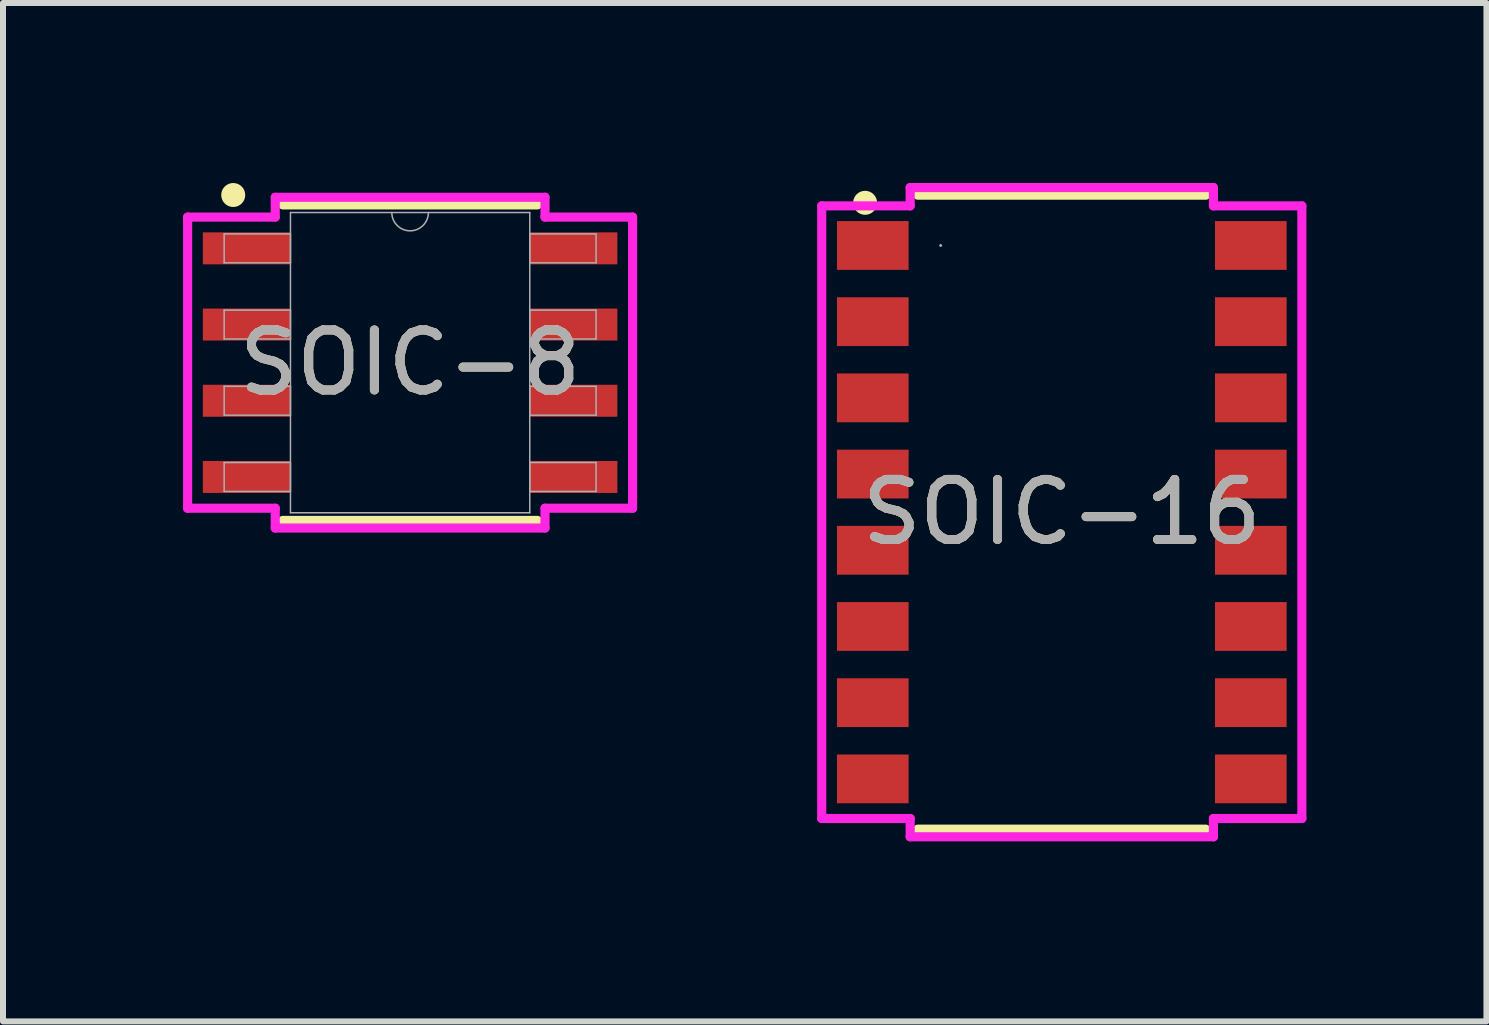
<source format=kicad_pcb>
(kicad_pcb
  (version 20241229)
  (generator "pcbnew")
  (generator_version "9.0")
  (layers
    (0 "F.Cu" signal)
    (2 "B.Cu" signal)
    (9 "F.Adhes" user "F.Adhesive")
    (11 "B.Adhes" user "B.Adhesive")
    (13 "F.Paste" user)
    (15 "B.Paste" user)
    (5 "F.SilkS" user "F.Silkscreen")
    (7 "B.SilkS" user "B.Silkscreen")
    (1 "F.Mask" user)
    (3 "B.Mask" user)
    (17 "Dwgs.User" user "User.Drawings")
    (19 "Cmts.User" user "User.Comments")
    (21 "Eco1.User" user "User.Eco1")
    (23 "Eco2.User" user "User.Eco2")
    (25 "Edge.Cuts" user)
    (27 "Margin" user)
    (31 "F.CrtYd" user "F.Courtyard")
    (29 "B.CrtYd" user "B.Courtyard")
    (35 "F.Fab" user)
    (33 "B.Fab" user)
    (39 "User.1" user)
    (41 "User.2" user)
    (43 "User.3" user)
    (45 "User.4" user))
  (footprint "SOIC-16"
    (layer "F.Cu")
    (at 14.646 5.486)
    (property "Reference" "SOIC-16" (at 0 0 0) (unlocked yes) (layer "F.SilkS") (effects (font (size 1 1) (thickness 0.15))))
    (attr smd)
    (fp_line (start -2.4 5.283) (end 2.4 5.283) (stroke (width 0.152) (type solid)) (layer "F.SilkS"))
    (fp_line (start 2.4 -5.283) (end -2.4 -5.283) (stroke (width 0.152) (type solid)) (layer "F.SilkS"))
    (fp_circle (center -3.278 -5.156) (end -3.178 -5.156) (stroke (width 0.2) (type solid)) (fill no) (layer "F.SilkS"))
    (fp_line (start -4.001 -5.105) (end -2.527 -5.105) (stroke (width 0.152) (type solid)) (layer "F.CrtYd"))
    (fp_line (start -4.001 5.105) (end -4.001 -5.105) (stroke (width 0.152) (type solid)) (layer "F.CrtYd"))
    (fp_line (start -4.001 5.105) (end -2.527 5.105) (stroke (width 0.152) (type solid)) (layer "F.CrtYd"))
    (fp_line (start -2.527 -5.41) (end 2.527 -5.41) (stroke (width 0.152) (type solid)) (layer "F.CrtYd"))
    (fp_line (start -2.527 -5.105) (end -2.527 -5.41) (stroke (width 0.152) (type solid)) (layer "F.CrtYd"))
    (fp_line (start -2.527 5.41) (end -2.527 5.105) (stroke (width 0.152) (type solid)) (layer "F.CrtYd"))
    (fp_line (start 2.527 -5.41) (end 2.527 -5.105) (stroke (width 0.152) (type solid)) (layer "F.CrtYd"))
    (fp_line (start 2.527 5.105) (end 2.527 5.41) (stroke (width 0.152) (type solid)) (layer "F.CrtYd"))
    (fp_line (start 2.527 5.41) (end -2.527 5.41) (stroke (width 0.152) (type solid)) (layer "F.CrtYd"))
    (fp_line (start 4.001 -5.105) (end 2.527 -5.105) (stroke (width 0.152) (type solid)) (layer "F.CrtYd"))
    (fp_line (start 4.001 -5.105) (end 4.001 5.105) (stroke (width 0.152) (type solid)) (layer "F.CrtYd"))
    (fp_line (start 4.001 5.105) (end 2.527 5.105) (stroke (width 0.152) (type solid)) (layer "F.CrtYd"))
    (fp_circle (center -2.019 -4.445) (end -2.019 -4.445) (stroke (width 0.025) (type solid)) (fill no) (layer "F.Fab"))
    (fp_text user "${REFERENCE}" (at 0 0 0) (unlocked yes) (layer "F.Fab") (effects (font (size 1 1) (thickness 0.15))))
    (pad "1" smd rect (at -3.15 -4.445) (size 1.194 0.813) (layers "F.Cu" "F.Mask" "F.Paste"))
    (pad "2" smd rect (at -3.15 -3.175) (size 1.194 0.813) (layers "F.Cu" "F.Mask" "F.Paste"))
    (pad "3" smd rect (at -3.15 -1.905) (size 1.194 0.813) (layers "F.Cu" "F.Mask" "F.Paste"))
    (pad "4" smd rect (at -3.15 -0.635) (size 1.194 0.813) (layers "F.Cu" "F.Mask" "F.Paste"))
    (pad "5" smd rect (at -3.15 0.635) (size 1.194 0.813) (layers "F.Cu" "F.Mask" "F.Paste"))
    (pad "6" smd rect (at -3.15 1.905) (size 1.194 0.813) (layers "F.Cu" "F.Mask" "F.Paste"))
    (pad "7" smd rect (at -3.15 3.175) (size 1.194 0.813) (layers "F.Cu" "F.Mask" "F.Paste"))
    (pad "8" smd rect (at -3.15 4.445) (size 1.194 0.813) (layers "F.Cu" "F.Mask" "F.Paste"))
    (pad "9" smd rect (at 3.15 4.445) (size 1.194 0.813) (layers "F.Cu" "F.Mask" "F.Paste"))
    (pad "10" smd rect (at 3.15 3.175) (size 1.194 0.813) (layers "F.Cu" "F.Mask" "F.Paste"))
    (pad "11" smd rect (at 3.15 1.905) (size 1.194 0.813) (layers "F.Cu" "F.Mask" "F.Paste"))
    (pad "12" smd rect (at 3.15 0.635) (size 1.194 0.813) (layers "F.Cu" "F.Mask" "F.Paste"))
    (pad "13" smd rect (at 3.15 -0.635) (size 1.194 0.813) (layers "F.Cu" "F.Mask" "F.Paste"))
    (pad "14" smd rect (at 3.15 -1.905) (size 1.194 0.813) (layers "F.Cu" "F.Mask" "F.Paste"))
    (pad "15" smd rect (at 3.15 -3.175) (size 1.194 0.813) (layers "F.Cu" "F.Mask" "F.Paste"))
    (pad "16" smd rect (at 3.15 -4.445) (size 1.194 0.813) (layers "F.Cu" "F.Mask" "F.Paste")))
  (footprint "SOIC-8"
    (layer "F.Cu")
    (at 3.785 2.994)
    (property "Reference" "SOIC-8" (at 0 0 0) (unlocked yes) (layer "F.SilkS") (effects (font (size 1 1) (thickness 0.15))))
    (attr smd)
    (fp_line (start -2.121 2.629) (end 2.121 2.629) (stroke (width 0.152) (type solid)) (layer "F.SilkS"))
    (fp_line (start 2.121 -2.629) (end -2.121 -2.629) (stroke (width 0.152) (type solid)) (layer "F.SilkS"))
    (fp_circle (center -2.948 -2.794) (end -2.848 -2.794) (stroke (width 0.2) (type solid)) (fill no) (layer "F.SilkS"))
    (fp_line (start -3.708 -2.426) (end -2.248 -2.426) (stroke (width 0.152) (type solid)) (layer "F.CrtYd"))
    (fp_line (start -3.708 2.426) (end -3.708 -2.426) (stroke (width 0.152) (type solid)) (layer "F.CrtYd"))
    (fp_line (start -3.708 2.426) (end -2.248 2.426) (stroke (width 0.152) (type solid)) (layer "F.CrtYd"))
    (fp_line (start -2.248 -2.756) (end 2.248 -2.756) (stroke (width 0.152) (type solid)) (layer "F.CrtYd"))
    (fp_line (start -2.248 -2.426) (end -2.248 -2.756) (stroke (width 0.152) (type solid)) (layer "F.CrtYd"))
    (fp_line (start -2.248 2.756) (end -2.248 2.426) (stroke (width 0.152) (type solid)) (layer "F.CrtYd"))
    (fp_line (start 2.248 -2.756) (end 2.248 -2.426) (stroke (width 0.152) (type solid)) (layer "F.CrtYd"))
    (fp_line (start 2.248 2.426) (end 2.248 2.756) (stroke (width 0.152) (type solid)) (layer "F.CrtYd"))
    (fp_line (start 2.248 2.756) (end -2.248 2.756) (stroke (width 0.152) (type solid)) (layer "F.CrtYd"))
    (fp_line (start 3.708 -2.426) (end 2.248 -2.426) (stroke (width 0.152) (type solid)) (layer "F.CrtYd"))
    (fp_line (start 3.708 -2.426) (end 3.708 2.426) (stroke (width 0.152) (type solid)) (layer "F.CrtYd"))
    (fp_line (start 3.708 2.426) (end 2.248 2.426) (stroke (width 0.152) (type solid)) (layer "F.CrtYd"))
    (fp_line (start -3.099 -2.146) (end -3.099 -1.664) (stroke (width 0.025) (type solid)) (layer "F.Fab"))
    (fp_line (start -3.099 -1.664) (end -1.994 -1.664) (stroke (width 0.025) (type solid)) (layer "F.Fab"))
    (fp_line (start -3.099 -0.876) (end -3.099 -0.394) (stroke (width 0.025) (type solid)) (layer "F.Fab"))
    (fp_line (start -3.099 -0.394) (end -1.994 -0.394) (stroke (width 0.025) (type solid)) (layer "F.Fab"))
    (fp_line (start -3.099 0.394) (end -3.099 0.876) (stroke (width 0.025) (type solid)) (layer "F.Fab"))
    (fp_line (start -3.099 0.876) (end -1.994 0.876) (stroke (width 0.025) (type solid)) (layer "F.Fab"))
    (fp_line (start -3.099 1.664) (end -3.099 2.146) (stroke (width 0.025) (type solid)) (layer "F.Fab"))
    (fp_line (start -3.099 2.146) (end -1.994 2.146) (stroke (width 0.025) (type solid)) (layer "F.Fab"))
    (fp_line (start -1.994 -2.502) (end -1.994 2.502) (stroke (width 0.025) (type solid)) (layer "F.Fab"))
    (fp_line (start -1.994 -2.146) (end -3.099 -2.146) (stroke (width 0.025) (type solid)) (layer "F.Fab"))
    (fp_line (start -1.994 -1.664) (end -1.994 -2.146) (stroke (width 0.025) (type solid)) (layer "F.Fab"))
    (fp_line (start -1.994 -0.876) (end -3.099 -0.876) (stroke (width 0.025) (type solid)) (layer "F.Fab"))
    (fp_line (start -1.994 -0.394) (end -1.994 -0.876) (stroke (width 0.025) (type solid)) (layer "F.Fab"))
    (fp_line (start -1.994 0.394) (end -3.099 0.394) (stroke (width 0.025) (type solid)) (layer "F.Fab"))
    (fp_line (start -1.994 0.876) (end -1.994 0.394) (stroke (width 0.025) (type solid)) (layer "F.Fab"))
    (fp_line (start -1.994 1.664) (end -3.099 1.664) (stroke (width 0.025) (type solid)) (layer "F.Fab"))
    (fp_line (start -1.994 2.146) (end -1.994 1.664) (stroke (width 0.025) (type solid)) (layer "F.Fab"))
    (fp_line (start -1.994 2.502) (end 1.994 2.502) (stroke (width 0.025) (type solid)) (layer "F.Fab"))
    (fp_line (start 1.994 -2.502) (end -1.994 -2.502) (stroke (width 0.025) (type solid)) (layer "F.Fab"))
    (fp_line (start 1.994 -2.146) (end 1.994 -1.664) (stroke (width 0.025) (type solid)) (layer "F.Fab"))
    (fp_line (start 1.994 -1.664) (end 3.099 -1.664) (stroke (width 0.025) (type solid)) (layer "F.Fab"))
    (fp_line (start 1.994 -0.876) (end 1.994 -0.394) (stroke (width 0.025) (type solid)) (layer "F.Fab"))
    (fp_line (start 1.994 -0.394) (end 3.099 -0.394) (stroke (width 0.025) (type solid)) (layer "F.Fab"))
    (fp_line (start 1.994 0.394) (end 1.994 0.876) (stroke (width 0.025) (type solid)) (layer "F.Fab"))
    (fp_line (start 1.994 0.876) (end 3.099 0.876) (stroke (width 0.025) (type solid)) (layer "F.Fab"))
    (fp_line (start 1.994 1.664) (end 1.994 2.146) (stroke (width 0.025) (type solid)) (layer "F.Fab"))
    (fp_line (start 1.994 2.146) (end 3.099 2.146) (stroke (width 0.025) (type solid)) (layer "F.Fab"))
    (fp_line (start 1.994 2.502) (end 1.994 -2.502) (stroke (width 0.025) (type solid)) (layer "F.Fab"))
    (fp_line (start 3.099 -2.146) (end 1.994 -2.146) (stroke (width 0.025) (type solid)) (layer "F.Fab"))
    (fp_line (start 3.099 -1.664) (end 3.099 -2.146) (stroke (width 0.025) (type solid)) (layer "F.Fab"))
    (fp_line (start 3.099 -0.876) (end 1.994 -0.876) (stroke (width 0.025) (type solid)) (layer "F.Fab"))
    (fp_line (start 3.099 -0.394) (end 3.099 -0.876) (stroke (width 0.025) (type solid)) (layer "F.Fab"))
    (fp_line (start 3.099 0.394) (end 1.994 0.394) (stroke (width 0.025) (type solid)) (layer "F.Fab"))
    (fp_line (start 3.099 0.876) (end 3.099 0.394) (stroke (width 0.025) (type solid)) (layer "F.Fab"))
    (fp_line (start 3.099 1.664) (end 1.994 1.664) (stroke (width 0.025) (type solid)) (layer "F.Fab"))
    (fp_line (start 3.099 2.146) (end 3.099 1.664) (stroke (width 0.025) (type solid)) (layer "F.Fab"))
    (fp_arc (start 0.3048 -2.5019) (mid 0 -2.1971) (end -0.3048 -2.5019) (stroke (width 0.0254) (type solid)) (layer "F.Fab"))
    (fp_text user "${REFERENCE}" (at 0 0 0) (unlocked yes) (layer "F.Fab") (effects (font (size 1 1) (thickness 0.15))))
    (pad "1" smd rect (at -2.724 -1.905) (size 1.46 0.533) (layers "F.Cu" "F.Mask" "F.Paste"))
    (pad "2" smd rect (at -2.724 -0.635) (size 1.46 0.533) (layers "F.Cu" "F.Mask" "F.Paste"))
    (pad "3" smd rect (at -2.724 0.635) (size 1.46 0.533) (layers "F.Cu" "F.Mask" "F.Paste"))
    (pad "4" smd rect (at -2.724 1.905) (size 1.46 0.533) (layers "F.Cu" "F.Mask" "F.Paste"))
    (pad "5" smd rect (at 2.724 1.905) (size 1.46 0.533) (layers "F.Cu" "F.Mask" "F.Paste"))
    (pad "6" smd rect (at 2.724 0.635) (size 1.46 0.533) (layers "F.Cu" "F.Mask" "F.Paste"))
    (pad "7" smd rect (at 2.724 -0.635) (size 1.46 0.533) (layers "F.Cu" "F.Mask" "F.Paste"))
    (pad "8" smd rect (at 2.724 -1.905) (size 1.46 0.533) (layers "F.Cu" "F.Mask" "F.Paste")))
  (gr_rect
    (start -3 -3)
    (end 21.723 13.973)
    (stroke (width 0.1) (type default))
    (fill no)
    (layer "Edge.Cuts")))
</source>
